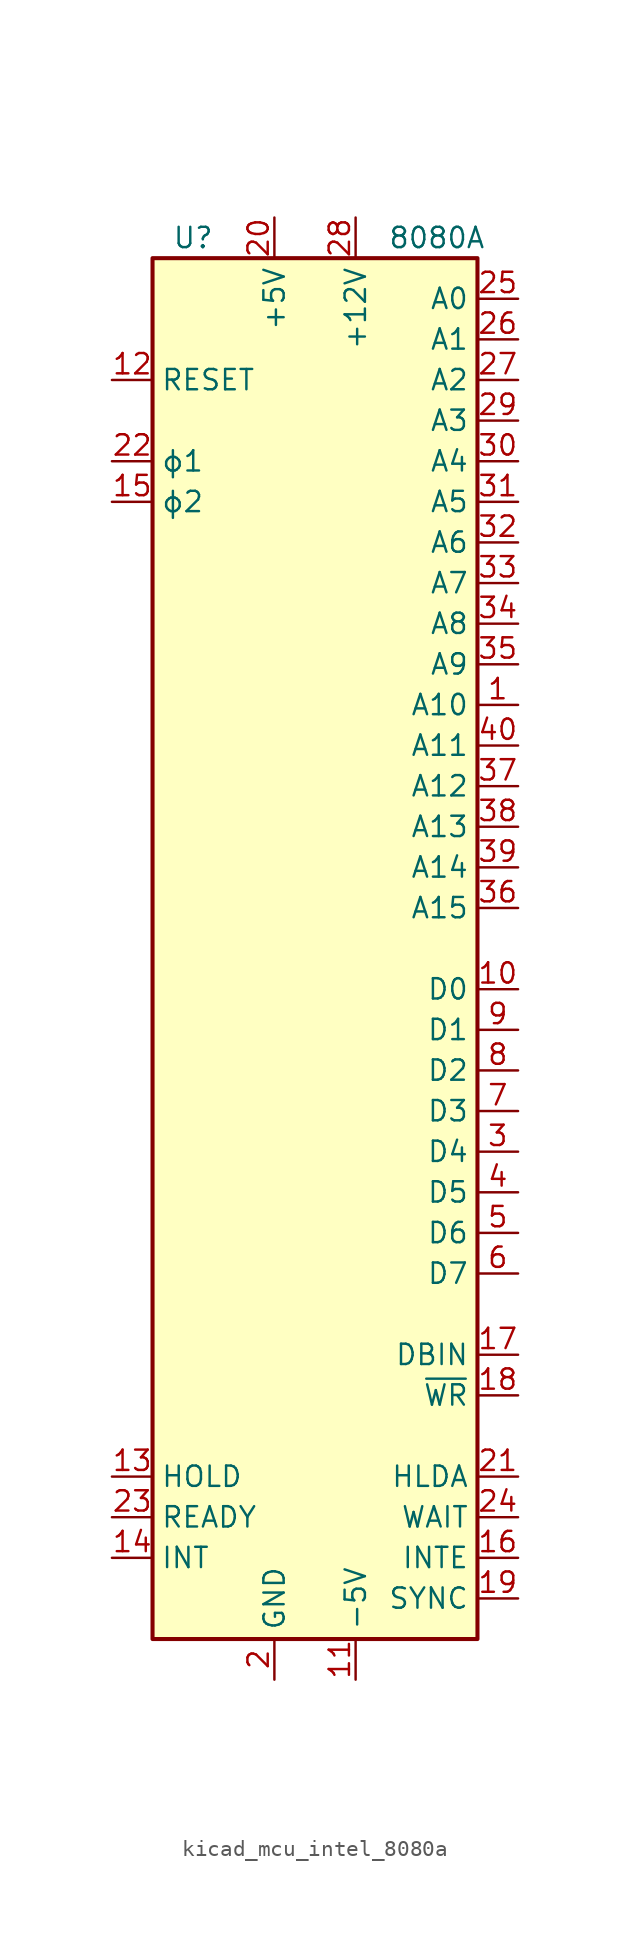
<source format=kicad_sym>
(kicad_symbol_lib
  (version 20220914)
  (generator kicad_symbol_editor)
  (symbol "kicad_mcu_intel_8080a"
    (property "Reference" "U"
      (at -7.62 44.45 0)
      (effects (font (size 1.27 1.27))))
    (property "Value" "8080A"
      (at 7.62 44.45 0)
      (effects (font (size 1.27 1.27))))
    (symbol "kicad_mcu_intel_8080a_0_1"
      (rectangle (start -10.16 43.18) (end 10.16 -43.18) (stroke (width 0.254) (type default)) (fill (type background))))
    (symbol "kicad_mcu_intel_8080a_1_1"
      (pin output line (at 12.7 15.24 180) (length 2.54) (name "A10" (effects (font (size 1.27 1.27)))) (number "1" (effects (font (size 1.27 1.27)))))
      (pin bidirectional line (at 12.7 -2.54 180) (length 2.54) (name "D0" (effects (font (size 1.27 1.27)))) (number "10" (effects (font (size 1.27 1.27)))))
      (pin power_in line (at 2.54 -45.72 90) (length 2.54) (name "-5V" (effects (font (size 1.27 1.27)))) (number "11" (effects (font (size 1.27 1.27)))))
      (pin input line (at -12.7 35.56 0) (length 2.54) (name "RESET" (effects (font (size 1.27 1.27)))) (number "12" (effects (font (size 1.27 1.27)))))
      (pin input line (at -12.7 -33.02 0) (length 2.54) (name "HOLD" (effects (font (size 1.27 1.27)))) (number "13" (effects (font (size 1.27 1.27)))))
      (pin input line (at -12.7 -38.1 0) (length 2.54) (name "INT" (effects (font (size 1.27 1.27)))) (number "14" (effects (font (size 1.27 1.27)))))
      (pin input line (at -12.7 27.94 0) (length 2.54) (name "ϕ2" (effects (font (size 1.27 1.27)))) (number "15" (effects (font (size 1.27 1.27)))))
      (pin output line (at 12.7 -38.1 180) (length 2.54) (name "INTE" (effects (font (size 1.27 1.27)))) (number "16" (effects (font (size 1.27 1.27)))))
      (pin output line (at 12.7 -25.4 180) (length 2.54) (name "DBIN" (effects (font (size 1.27 1.27)))) (number "17" (effects (font (size 1.27 1.27)))))
      (pin output line (at 12.7 -27.94 180) (length 2.54) (name "~{WR}" (effects (font (size 1.27 1.27)))) (number "18" (effects (font (size 1.27 1.27)))))
      (pin output line (at 12.7 -40.64 180) (length 2.54) (name "SYNC" (effects (font (size 1.27 1.27)))) (number "19" (effects (font (size 1.27 1.27)))))
      (pin power_in line (at -2.54 -45.72 90) (length 2.54) (name "GND" (effects (font (size 1.27 1.27)))) (number "2" (effects (font (size 1.27 1.27)))))
      (pin power_in line (at -2.54 45.72 270) (length 2.54) (name "+5V" (effects (font (size 1.27 1.27)))) (number "20" (effects (font (size 1.27 1.27)))))
      (pin output line (at 12.7 -33.02 180) (length 2.54) (name "HLDA" (effects (font (size 1.27 1.27)))) (number "21" (effects (font (size 1.27 1.27)))))
      (pin input line (at -12.7 30.48 0) (length 2.54) (name "ϕ1" (effects (font (size 1.27 1.27)))) (number "22" (effects (font (size 1.27 1.27)))))
      (pin input line (at -12.7 -35.56 0) (length 2.54) (name "READY" (effects (font (size 1.27 1.27)))) (number "23" (effects (font (size 1.27 1.27)))))
      (pin output line (at 12.7 -35.56 180) (length 2.54) (name "WAIT" (effects (font (size 1.27 1.27)))) (number "24" (effects (font (size 1.27 1.27)))))
      (pin output line (at 12.7 40.64 180) (length 2.54) (name "A0" (effects (font (size 1.27 1.27)))) (number "25" (effects (font (size 1.27 1.27)))))
      (pin output line (at 12.7 38.1 180) (length 2.54) (name "A1" (effects (font (size 1.27 1.27)))) (number "26" (effects (font (size 1.27 1.27)))))
      (pin output line (at 12.7 35.56 180) (length 2.54) (name "A2" (effects (font (size 1.27 1.27)))) (number "27" (effects (font (size 1.27 1.27)))))
      (pin power_in line (at 2.54 45.72 270) (length 2.54) (name "+12V" (effects (font (size 1.27 1.27)))) (number "28" (effects (font (size 1.27 1.27)))))
      (pin output line (at 12.7 33.02 180) (length 2.54) (name "A3" (effects (font (size 1.27 1.27)))) (number "29" (effects (font (size 1.27 1.27)))))
      (pin bidirectional line (at 12.7 -12.7 180) (length 2.54) (name "D4" (effects (font (size 1.27 1.27)))) (number "3" (effects (font (size 1.27 1.27)))))
      (pin output line (at 12.7 30.48 180) (length 2.54) (name "A4" (effects (font (size 1.27 1.27)))) (number "30" (effects (font (size 1.27 1.27)))))
      (pin output line (at 12.7 27.94 180) (length 2.54) (name "A5" (effects (font (size 1.27 1.27)))) (number "31" (effects (font (size 1.27 1.27)))))
      (pin output line (at 12.7 25.4 180) (length 2.54) (name "A6" (effects (font (size 1.27 1.27)))) (number "32" (effects (font (size 1.27 1.27)))))
      (pin output line (at 12.7 22.86 180) (length 2.54) (name "A7" (effects (font (size 1.27 1.27)))) (number "33" (effects (font (size 1.27 1.27)))))
      (pin output line (at 12.7 20.32 180) (length 2.54) (name "A8" (effects (font (size 1.27 1.27)))) (number "34" (effects (font (size 1.27 1.27)))))
      (pin output line (at 12.7 17.78 180) (length 2.54) (name "A9" (effects (font (size 1.27 1.27)))) (number "35" (effects (font (size 1.27 1.27)))))
      (pin output line (at 12.7 2.54 180) (length 2.54) (name "A15" (effects (font (size 1.27 1.27)))) (number "36" (effects (font (size 1.27 1.27)))))
      (pin output line (at 12.7 10.16 180) (length 2.54) (name "A12" (effects (font (size 1.27 1.27)))) (number "37" (effects (font (size 1.27 1.27)))))
      (pin output line (at 12.7 7.62 180) (length 2.54) (name "A13" (effects (font (size 1.27 1.27)))) (number "38" (effects (font (size 1.27 1.27)))))
      (pin output line (at 12.7 5.08 180) (length 2.54) (name "A14" (effects (font (size 1.27 1.27)))) (number "39" (effects (font (size 1.27 1.27)))))
      (pin bidirectional line (at 12.7 -15.24 180) (length 2.54) (name "D5" (effects (font (size 1.27 1.27)))) (number "4" (effects (font (size 1.27 1.27)))))
      (pin output line (at 12.7 12.7 180) (length 2.54) (name "A11" (effects (font (size 1.27 1.27)))) (number "40" (effects (font (size 1.27 1.27)))))
      (pin bidirectional line (at 12.7 -17.78 180) (length 2.54) (name "D6" (effects (font (size 1.27 1.27)))) (number "5" (effects (font (size 1.27 1.27)))))
      (pin bidirectional line (at 12.7 -20.32 180) (length 2.54) (name "D7" (effects (font (size 1.27 1.27)))) (number "6" (effects (font (size 1.27 1.27)))))
      (pin bidirectional line (at 12.7 -10.16 180) (length 2.54) (name "D3" (effects (font (size 1.27 1.27)))) (number "7" (effects (font (size 1.27 1.27)))))
      (pin bidirectional line (at 12.7 -7.62 180) (length 2.54) (name "D2" (effects (font (size 1.27 1.27)))) (number "8" (effects (font (size 1.27 1.27)))))
      (pin bidirectional line (at 12.7 -5.08 180) (length 2.54) (name "D1" (effects (font (size 1.27 1.27)))) (number "9" (effects (font (size 1.27 1.27))))))))
</source>
